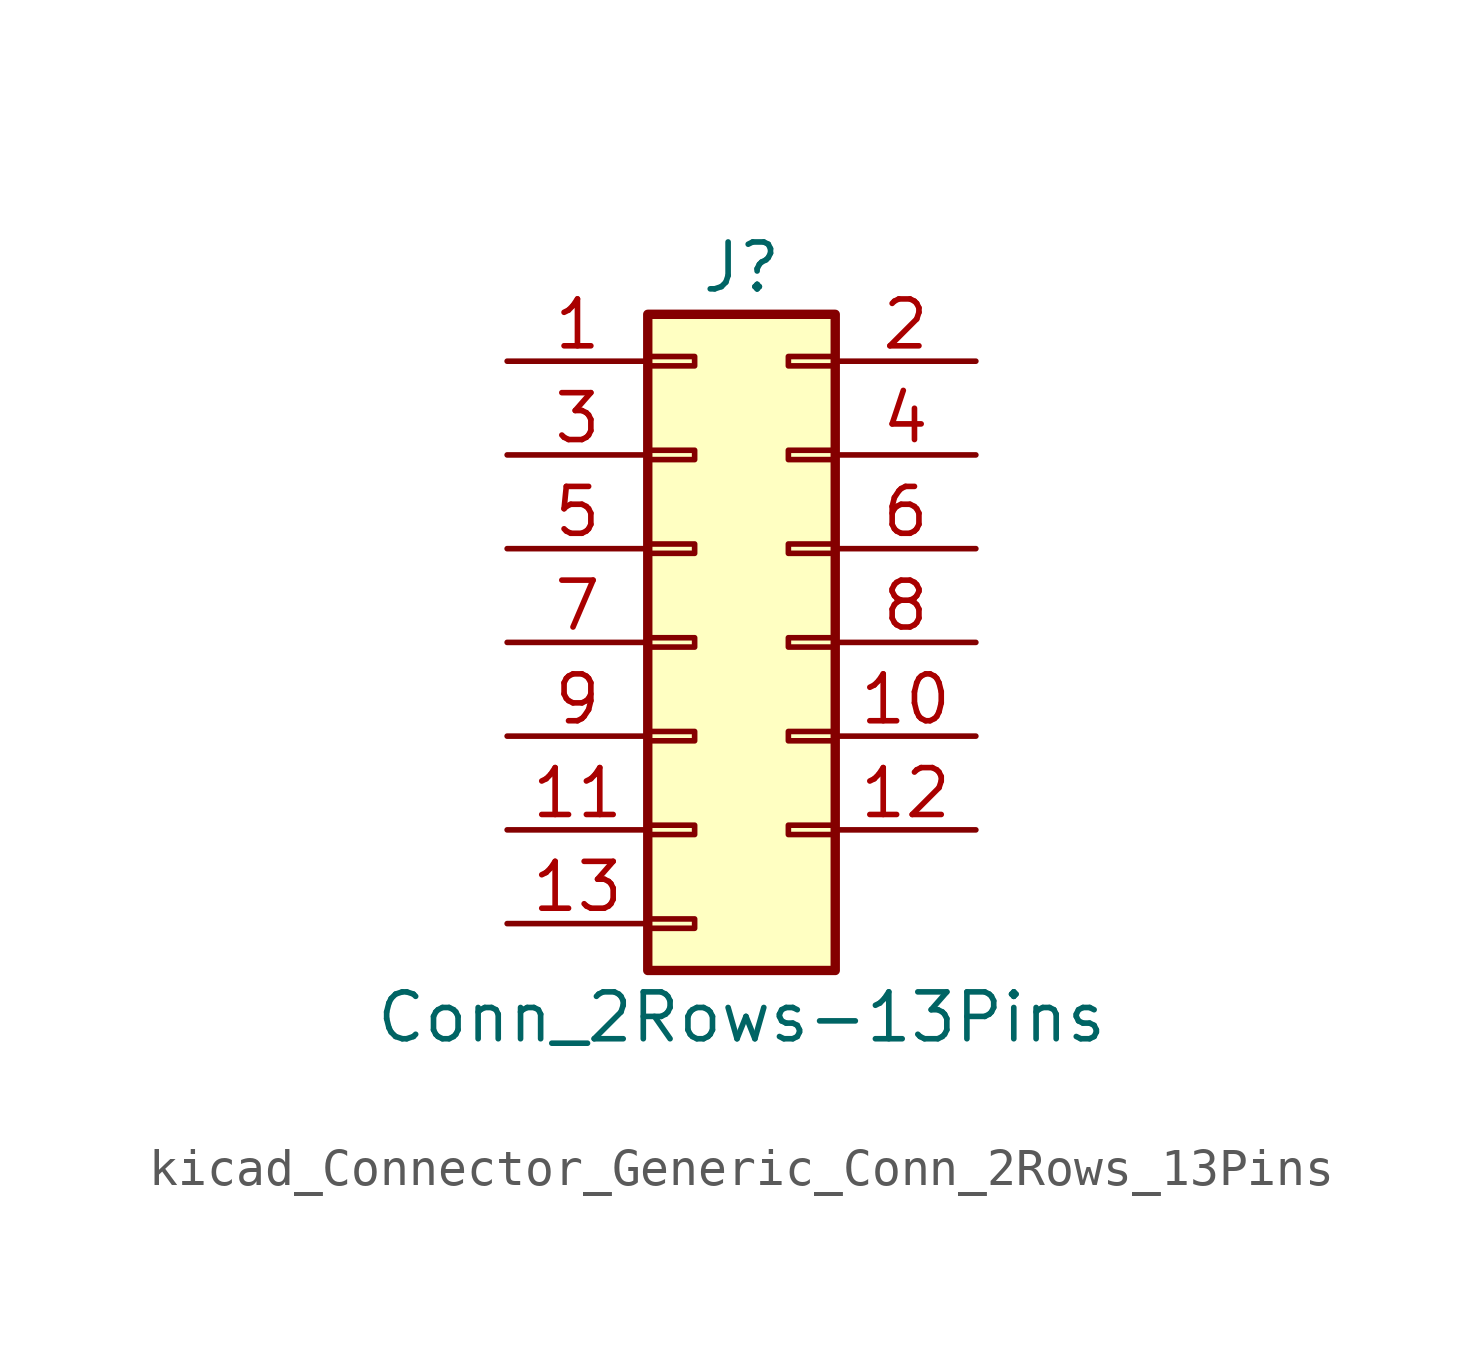
<source format=kicad_sym>
(kicad_symbol_lib
  (version 20220914)
  (generator kicad_symbol_editor)
  (symbol "kicad_Connector_Generic_Conn_2Rows_13Pins"
    (pin_names
      (offset 1.016) hide)
    (property "Reference" "J"
      (at 1.27 10.16 0)
      (effects (font (size 1.27 1.27))))
    (property "Value" "Conn_2Rows-13Pins"
      (at 1.27 -10.16 0)
      (effects (font (size 1.27 1.27))))
    (symbol "kicad_Connector_Generic_Conn_2Rows_13Pins_1_1"
      (rectangle (start -1.27 -7.493) (end 0 -7.747) (stroke (width 0.152) (type default)) (fill (type none)))
      (rectangle (start -1.27 -4.953) (end 0 -5.207) (stroke (width 0.152) (type default)) (fill (type none)))
      (rectangle (start -1.27 -2.413) (end 0 -2.667) (stroke (width 0.152) (type default)) (fill (type none)))
      (rectangle (start -1.27 0.127) (end 0 -0.127) (stroke (width 0.152) (type default)) (fill (type none)))
      (rectangle (start -1.27 2.667) (end 0 2.413) (stroke (width 0.152) (type default)) (fill (type none)))
      (rectangle (start -1.27 5.207) (end 0 4.953) (stroke (width 0.152) (type default)) (fill (type none)))
      (rectangle (start -1.27 7.747) (end 0 7.493) (stroke (width 0.152) (type default)) (fill (type none)))
      (rectangle (start -1.27 8.89) (end 3.81 -8.89) (stroke (width 0.254) (type default)) (fill (type background)))
      (rectangle (start 3.81 -4.953) (end 2.54 -5.207) (stroke (width 0.152) (type default)) (fill (type none)))
      (rectangle (start 3.81 -2.413) (end 2.54 -2.667) (stroke (width 0.152) (type default)) (fill (type none)))
      (rectangle (start 3.81 0.127) (end 2.54 -0.127) (stroke (width 0.152) (type default)) (fill (type none)))
      (rectangle (start 3.81 2.667) (end 2.54 2.413) (stroke (width 0.152) (type default)) (fill (type none)))
      (rectangle (start 3.81 5.207) (end 2.54 4.953) (stroke (width 0.152) (type default)) (fill (type none)))
      (rectangle (start 3.81 7.747) (end 2.54 7.493) (stroke (width 0.152) (type default)) (fill (type none)))
      (pin passive line (at -5.08 7.62 0) (length 3.81) (name "Pin_1" (effects (font (size 1.27 1.27)))) (number "1" (effects (font (size 1.27 1.27)))))
      (pin passive line (at 7.62 -2.54 180) (length 3.81) (name "Pin_10" (effects (font (size 1.27 1.27)))) (number "10" (effects (font (size 1.27 1.27)))))
      (pin passive line (at -5.08 -5.08 0) (length 3.81) (name "Pin_11" (effects (font (size 1.27 1.27)))) (number "11" (effects (font (size 1.27 1.27)))))
      (pin passive line (at 7.62 -5.08 180) (length 3.81) (name "Pin_12" (effects (font (size 1.27 1.27)))) (number "12" (effects (font (size 1.27 1.27)))))
      (pin passive line (at -5.08 -7.62 0) (length 3.81) (name "Pin_13" (effects (font (size 1.27 1.27)))) (number "13" (effects (font (size 1.27 1.27)))))
      (pin passive line (at 7.62 7.62 180) (length 3.81) (name "Pin_2" (effects (font (size 1.27 1.27)))) (number "2" (effects (font (size 1.27 1.27)))))
      (pin passive line (at -5.08 5.08 0) (length 3.81) (name "Pin_3" (effects (font (size 1.27 1.27)))) (number "3" (effects (font (size 1.27 1.27)))))
      (pin passive line (at 7.62 5.08 180) (length 3.81) (name "Pin_4" (effects (font (size 1.27 1.27)))) (number "4" (effects (font (size 1.27 1.27)))))
      (pin passive line (at -5.08 2.54 0) (length 3.81) (name "Pin_5" (effects (font (size 1.27 1.27)))) (number "5" (effects (font (size 1.27 1.27)))))
      (pin passive line (at 7.62 2.54 180) (length 3.81) (name "Pin_6" (effects (font (size 1.27 1.27)))) (number "6" (effects (font (size 1.27 1.27)))))
      (pin passive line (at -5.08 0 0) (length 3.81) (name "Pin_7" (effects (font (size 1.27 1.27)))) (number "7" (effects (font (size 1.27 1.27)))))
      (pin passive line (at 7.62 0 180) (length 3.81) (name "Pin_8" (effects (font (size 1.27 1.27)))) (number "8" (effects (font (size 1.27 1.27)))))
      (pin passive line (at -5.08 -2.54 0) (length 3.81) (name "Pin_9" (effects (font (size 1.27 1.27)))) (number "9" (effects (font (size 1.27 1.27))))))))
</source>
